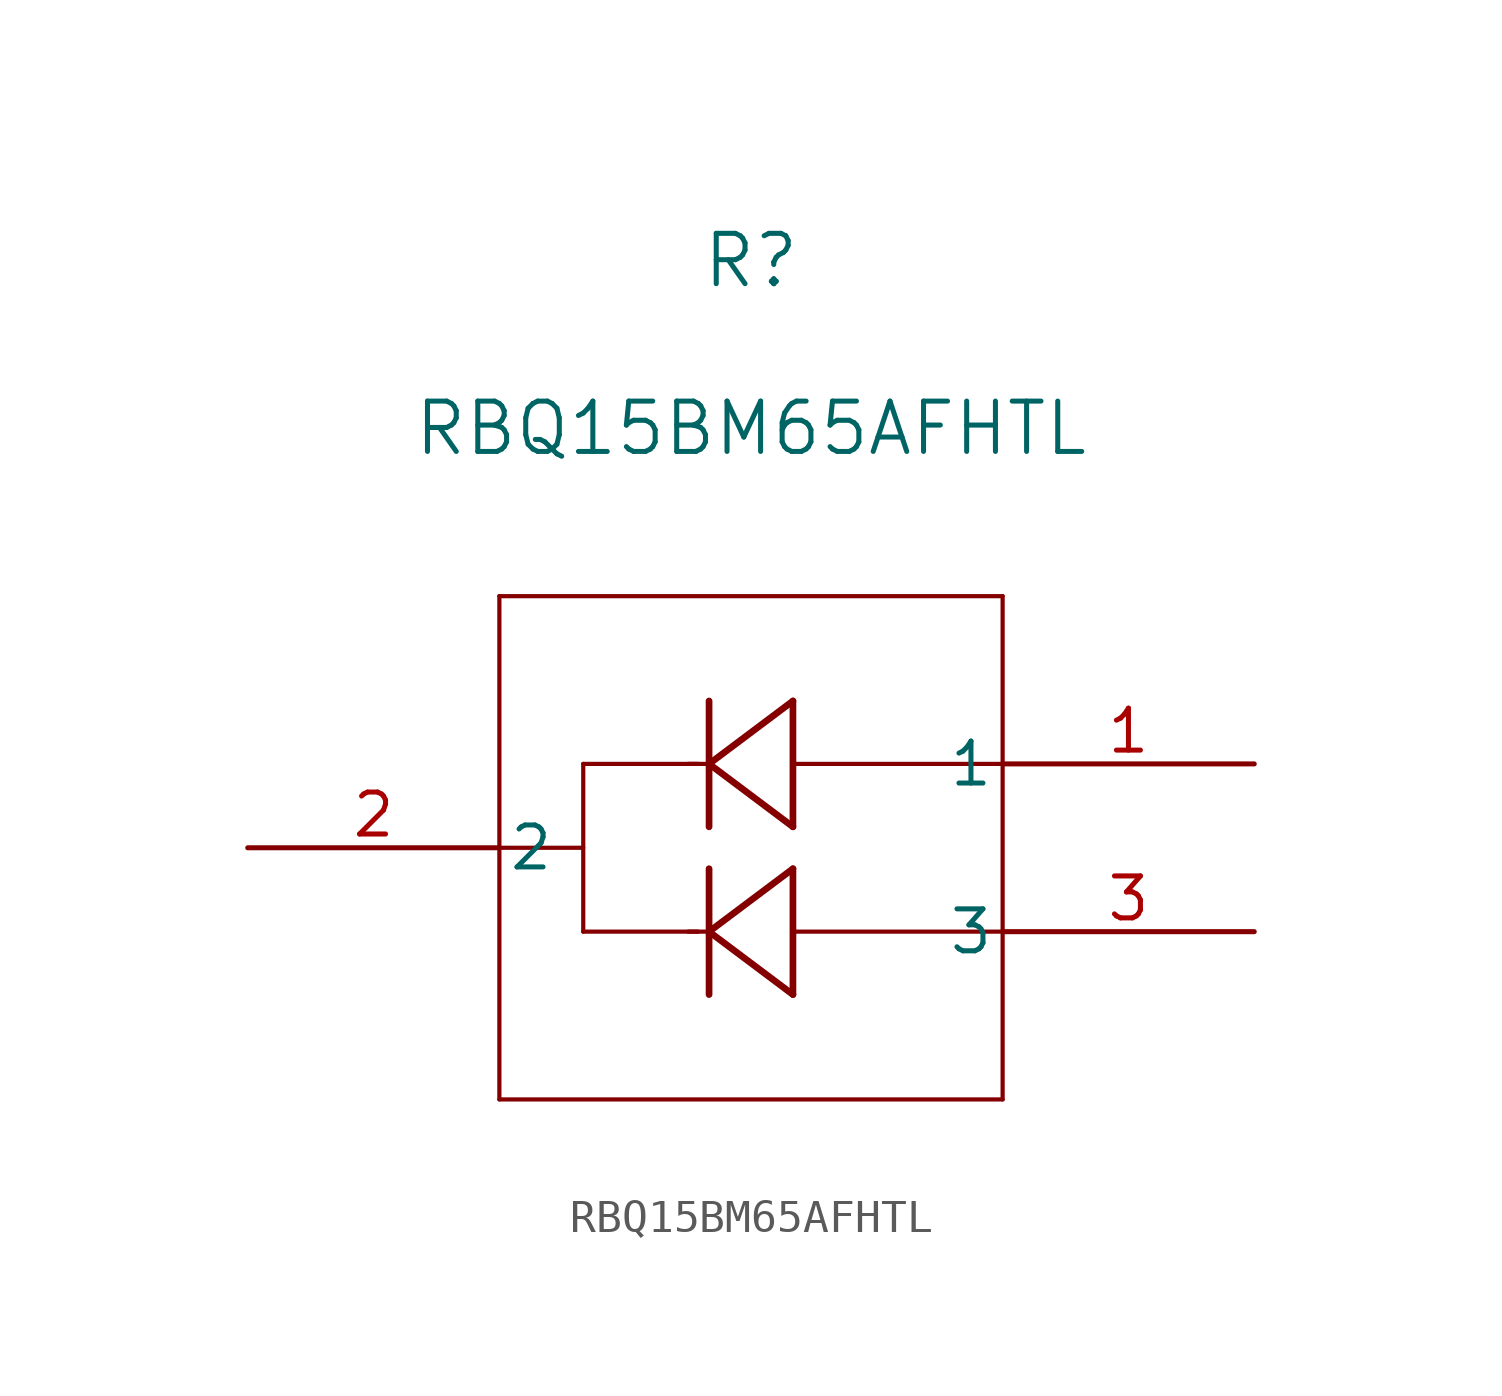
<source format=kicad_sym>
(kicad_symbol_lib
  (version 20211014)
  (generator kicad_symbol_editor)
  (symbol "RBQ15BM65AFHTL"
    (pin_names
      (offset 0.254))
    (property "Reference" "R"
      (at 15.24 17.78 0)
      (effects (font (size 1.524 1.524))))
    (property "Value" "RBQ15BM65AFHTL"
      (at 15.24 12.7 0)
      (effects (font (size 1.524 1.524))))
    (symbol "RBQ15BM65AFHTL_0_1"
      (polyline (pts (xy 10.16 2.54) (xy 13.64 2.54)) (stroke (width 0.127) (type default) (color 0 0 0 0)) (fill (type none)))
      (polyline (pts (xy 13.97 4.445) (xy 13.97 0.635)) (stroke (width 0.203) (type default) (color 0 0 0 0)) (fill (type none)))
      (polyline (pts (xy 13.335 2.54) (xy 13.97 2.54)) (stroke (width 0.127) (type default) (color 0 0 0 0)) (fill (type none)))
      (polyline (pts (xy 16.51 0.635) (xy 16.51 4.445)) (stroke (width 0.203) (type default) (color 0 0 0 0)) (fill (type none)))
      (polyline (pts (xy 16.51 2.54) (xy 22.86 2.54)) (stroke (width 0.127) (type default) (color 0 0 0 0)) (fill (type none)))
      (polyline (pts (xy 16.51 4.445) (xy 13.97 2.54)) (stroke (width 0.203) (type default) (color 0 0 0 0)) (fill (type none)))
      (polyline (pts (xy 13.97 2.54) (xy 16.51 0.635)) (stroke (width 0.203) (type default) (color 0 0 0 0)) (fill (type none)))
      (polyline (pts (xy 7.62 7.62) (xy 22.86 7.62)) (stroke (width 0.127) (type default) (color 0 0 0 0)) (fill (type none)))
      (polyline (pts (xy 22.86 7.62) (xy 22.86 -7.62)) (stroke (width 0.127) (type default) (color 0 0 0 0)) (fill (type none)))
      (polyline (pts (xy 22.86 -7.62) (xy 7.62 -7.62)) (stroke (width 0.127) (type default) (color 0 0 0 0)) (fill (type none)))
      (polyline (pts (xy 7.62 -7.62) (xy 7.62 7.62)) (stroke (width 0.127) (type default) (color 0 0 0 0)) (fill (type none)))
      (polyline (pts (xy 10.16 -2.54) (xy 13.64 -2.54)) (stroke (width 0.127) (type default) (color 0 0 0 0)) (fill (type none)))
      (polyline (pts (xy 13.97 -0.635) (xy 13.97 -4.445)) (stroke (width 0.203) (type default) (color 0 0 0 0)) (fill (type none)))
      (polyline (pts (xy 13.335 -2.54) (xy 13.97 -2.54)) (stroke (width 0.127) (type default) (color 0 0 0 0)) (fill (type none)))
      (polyline (pts (xy 16.51 -4.445) (xy 16.51 -0.635)) (stroke (width 0.203) (type default) (color 0 0 0 0)) (fill (type none)))
      (polyline (pts (xy 16.51 -2.54) (xy 22.86 -2.54)) (stroke (width 0.127) (type default) (color 0 0 0 0)) (fill (type none)))
      (polyline (pts (xy 16.51 -0.635) (xy 13.97 -2.54)) (stroke (width 0.203) (type default) (color 0 0 0 0)) (fill (type none)))
      (polyline (pts (xy 13.97 -2.54) (xy 16.51 -4.445)) (stroke (width 0.203) (type default) (color 0 0 0 0)) (fill (type none)))
      (polyline (pts (xy 10.16 2.54) (xy 10.16 -2.54)) (stroke (width 0.127) (type default) (color 0 0 0 0)) (fill (type none)))
      (polyline (pts (xy 7.62 0) (xy 10.16 0)) (stroke (width 0.127) (type default) (color 0 0 0 0)) (fill (type none)))
      (pin unspecified line (at 30.48 2.54 180) (length 7.62) (name "1" (effects (font (size 1.27 1.27)))) (number "1" (effects (font (size 1.27 1.27)))))
      (pin unspecified line (at 0 0 0) (length 7.62) (name "2" (effects (font (size 1.27 1.27)))) (number "2" (effects (font (size 1.27 1.27)))))
      (pin unspecified line (at 30.48 -2.54 180) (length 7.62) (name "3" (effects (font (size 1.27 1.27)))) (number "3" (effects (font (size 1.27 1.27))))))))
</source>
